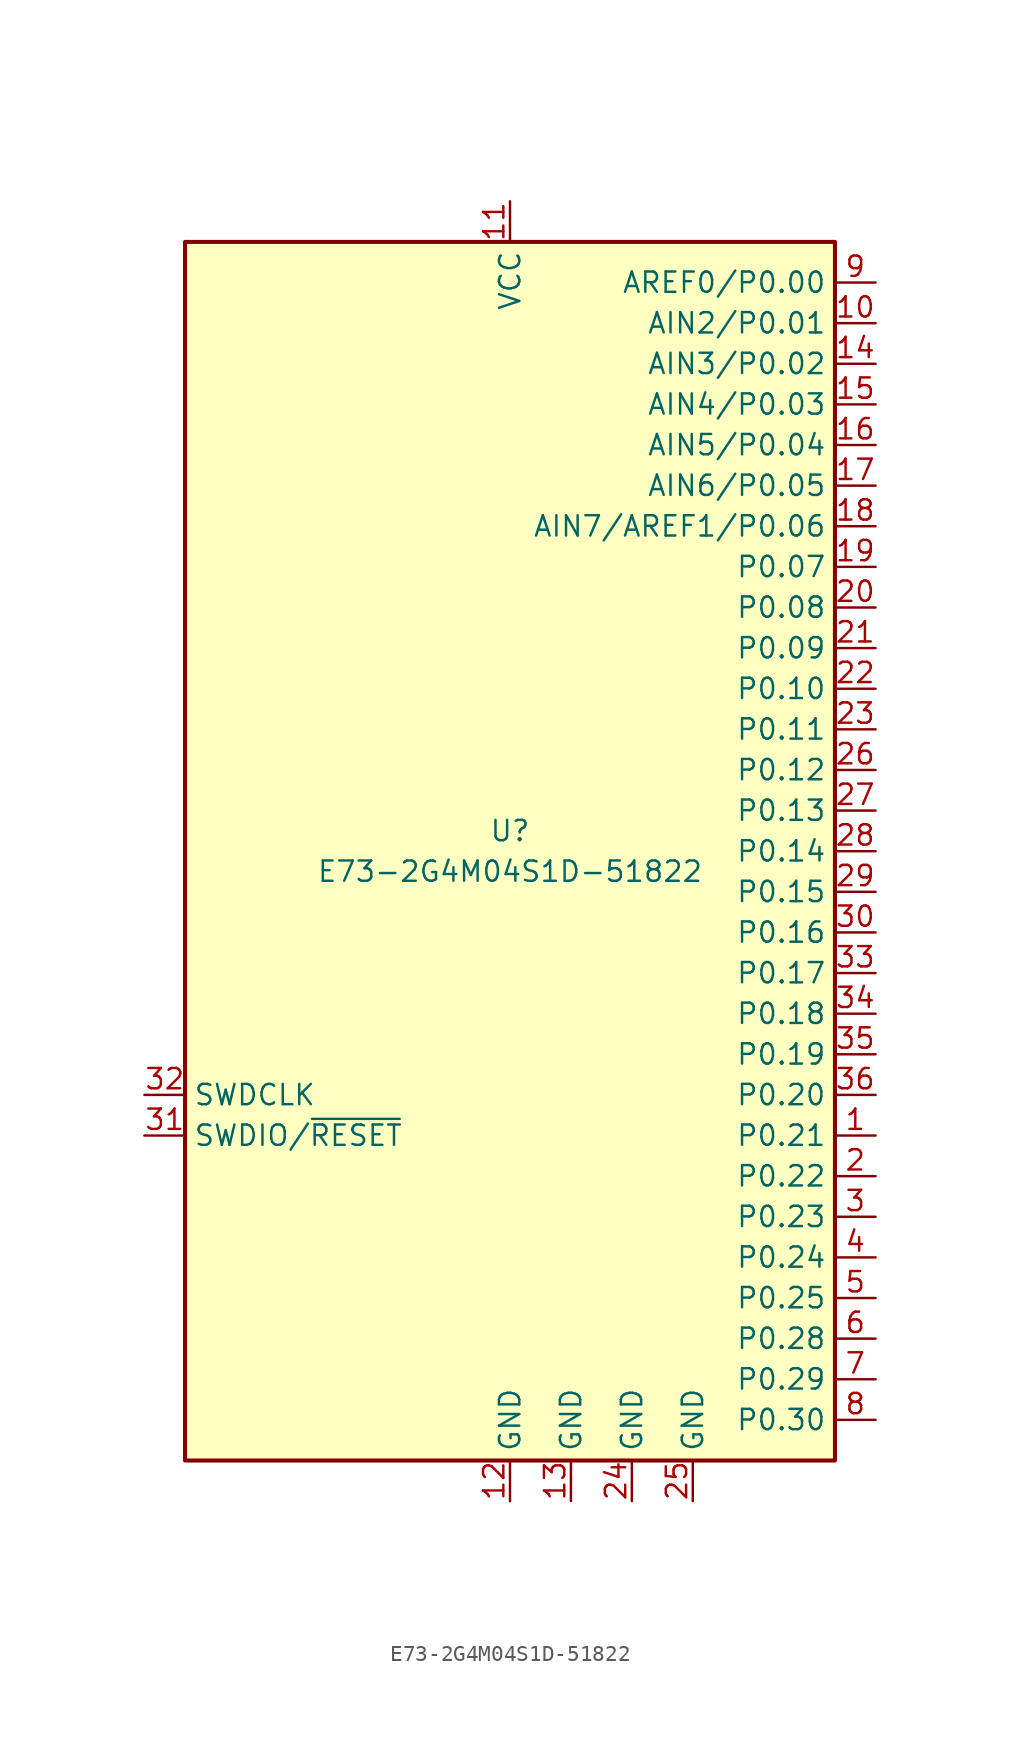
<source format=kicad_sym>
(kicad_symbol_lib
  (version 20220914)
  (generator kicad_symbol_editor)
  (symbol "E73-2G4M04S1D-51822"
    (property "Reference" "U"
      (at 0 1.27 0)
      (effects (font (size 1.27 1.27))))
    (property "Value" "E73-2G4M04S1D-51822"
      (at 0 -1.27 0)
      (effects (font (size 1.27 1.27))))
    (symbol "E73-2G4M04S1D-51822_0_1"
      (rectangle (start -20.32 38.1) (end 20.32 -38.1) (stroke (width 0.254) (type default)) (fill (type background))))
    (symbol "E73-2G4M04S1D-51822_1_1"
      (pin bidirectional line (at 22.86 -17.78 180) (length 2.54) (name "P0.21" (effects (font (size 1.27 1.27)))) (number "1" (effects (font (size 1.27 1.27)))))
      (pin bidirectional line (at 22.86 33.02 180) (length 2.54) (name "AIN2/P0.01" (effects (font (size 1.27 1.27)))) (number "10" (effects (font (size 1.27 1.27)))))
      (pin power_in line (at 0 40.64 270) (length 2.54) (name "VCC" (effects (font (size 1.27 1.27)))) (number "11" (effects (font (size 1.27 1.27)))))
      (pin power_in line (at 0 -40.64 90) (length 2.54) (name "GND" (effects (font (size 1.27 1.27)))) (number "12" (effects (font (size 1.27 1.27)))))
      (pin power_in line (at 3.81 -40.64 90) (length 2.54) (name "GND" (effects (font (size 1.27 1.27)))) (number "13" (effects (font (size 1.27 1.27)))))
      (pin bidirectional line (at 22.86 30.48 180) (length 2.54) (name "AIN3/P0.02" (effects (font (size 1.27 1.27)))) (number "14" (effects (font (size 1.27 1.27)))))
      (pin bidirectional line (at 22.86 27.94 180) (length 2.54) (name "AIN4/P0.03" (effects (font (size 1.27 1.27)))) (number "15" (effects (font (size 1.27 1.27)))))
      (pin bidirectional line (at 22.86 25.4 180) (length 2.54) (name "AIN5/P0.04" (effects (font (size 1.27 1.27)))) (number "16" (effects (font (size 1.27 1.27)))))
      (pin bidirectional line (at 22.86 22.86 180) (length 2.54) (name "AIN6/P0.05" (effects (font (size 1.27 1.27)))) (number "17" (effects (font (size 1.27 1.27)))))
      (pin bidirectional line (at 22.86 20.32 180) (length 2.54) (name "AIN7/AREF1/P0.06" (effects (font (size 1.27 1.27)))) (number "18" (effects (font (size 1.27 1.27)))))
      (pin bidirectional line (at 22.86 17.78 180) (length 2.54) (name "P0.07" (effects (font (size 1.27 1.27)))) (number "19" (effects (font (size 1.27 1.27)))))
      (pin bidirectional line (at 22.86 -20.32 180) (length 2.54) (name "P0.22" (effects (font (size 1.27 1.27)))) (number "2" (effects (font (size 1.27 1.27)))))
      (pin bidirectional line (at 22.86 15.24 180) (length 2.54) (name "P0.08" (effects (font (size 1.27 1.27)))) (number "20" (effects (font (size 1.27 1.27)))))
      (pin bidirectional line (at 22.86 12.7 180) (length 2.54) (name "P0.09" (effects (font (size 1.27 1.27)))) (number "21" (effects (font (size 1.27 1.27)))))
      (pin bidirectional line (at 22.86 10.16 180) (length 2.54) (name "P0.10" (effects (font (size 1.27 1.27)))) (number "22" (effects (font (size 1.27 1.27)))))
      (pin bidirectional line (at 22.86 7.62 180) (length 2.54) (name "P0.11" (effects (font (size 1.27 1.27)))) (number "23" (effects (font (size 1.27 1.27)))))
      (pin power_in line (at 7.62 -40.64 90) (length 2.54) (name "GND" (effects (font (size 1.27 1.27)))) (number "24" (effects (font (size 1.27 1.27)))))
      (pin power_in line (at 11.43 -40.64 90) (length 2.54) (name "GND" (effects (font (size 1.27 1.27)))) (number "25" (effects (font (size 1.27 1.27)))))
      (pin bidirectional line (at 22.86 5.08 180) (length 2.54) (name "P0.12" (effects (font (size 1.27 1.27)))) (number "26" (effects (font (size 1.27 1.27)))))
      (pin bidirectional line (at 22.86 2.54 180) (length 2.54) (name "P0.13" (effects (font (size 1.27 1.27)))) (number "27" (effects (font (size 1.27 1.27)))))
      (pin bidirectional line (at 22.86 0 180) (length 2.54) (name "P0.14" (effects (font (size 1.27 1.27)))) (number "28" (effects (font (size 1.27 1.27)))))
      (pin bidirectional line (at 22.86 -2.54 180) (length 2.54) (name "P0.15" (effects (font (size 1.27 1.27)))) (number "29" (effects (font (size 1.27 1.27)))))
      (pin bidirectional line (at 22.86 -22.86 180) (length 2.54) (name "P0.23" (effects (font (size 1.27 1.27)))) (number "3" (effects (font (size 1.27 1.27)))))
      (pin bidirectional line (at 22.86 -5.08 180) (length 2.54) (name "P0.16" (effects (font (size 1.27 1.27)))) (number "30" (effects (font (size 1.27 1.27)))))
      (pin input line (at -22.86 -17.78 0) (length 2.54) (name "SWDIO/~{RESET}" (effects (font (size 1.27 1.27)))) (number "31" (effects (font (size 1.27 1.27)))))
      (pin input line (at -22.86 -15.24 0) (length 2.54) (name "SWDCLK" (effects (font (size 1.27 1.27)))) (number "32" (effects (font (size 1.27 1.27)))))
      (pin bidirectional line (at 22.86 -7.62 180) (length 2.54) (name "P0.17" (effects (font (size 1.27 1.27)))) (number "33" (effects (font (size 1.27 1.27)))))
      (pin bidirectional line (at 22.86 -10.16 180) (length 2.54) (name "P0.18" (effects (font (size 1.27 1.27)))) (number "34" (effects (font (size 1.27 1.27)))))
      (pin bidirectional line (at 22.86 -12.7 180) (length 2.54) (name "P0.19" (effects (font (size 1.27 1.27)))) (number "35" (effects (font (size 1.27 1.27)))))
      (pin bidirectional line (at 22.86 -15.24 180) (length 2.54) (name "P0.20" (effects (font (size 1.27 1.27)))) (number "36" (effects (font (size 1.27 1.27)))))
      (pin bidirectional line (at 22.86 -25.4 180) (length 2.54) (name "P0.24" (effects (font (size 1.27 1.27)))) (number "4" (effects (font (size 1.27 1.27)))))
      (pin bidirectional line (at 22.86 -27.94 180) (length 2.54) (name "P0.25" (effects (font (size 1.27 1.27)))) (number "5" (effects (font (size 1.27 1.27)))))
      (pin bidirectional line (at 22.86 -30.48 180) (length 2.54) (name "P0.28" (effects (font (size 1.27 1.27)))) (number "6" (effects (font (size 1.27 1.27)))))
      (pin bidirectional line (at 22.86 -33.02 180) (length 2.54) (name "P0.29" (effects (font (size 1.27 1.27)))) (number "7" (effects (font (size 1.27 1.27)))))
      (pin bidirectional line (at 22.86 -35.56 180) (length 2.54) (name "P0.30" (effects (font (size 1.27 1.27)))) (number "8" (effects (font (size 1.27 1.27)))))
      (pin bidirectional line (at 22.86 35.56 180) (length 2.54) (name "AREF0/P0.00" (effects (font (size 1.27 1.27)))) (number "9" (effects (font (size 1.27 1.27))))))))
</source>
